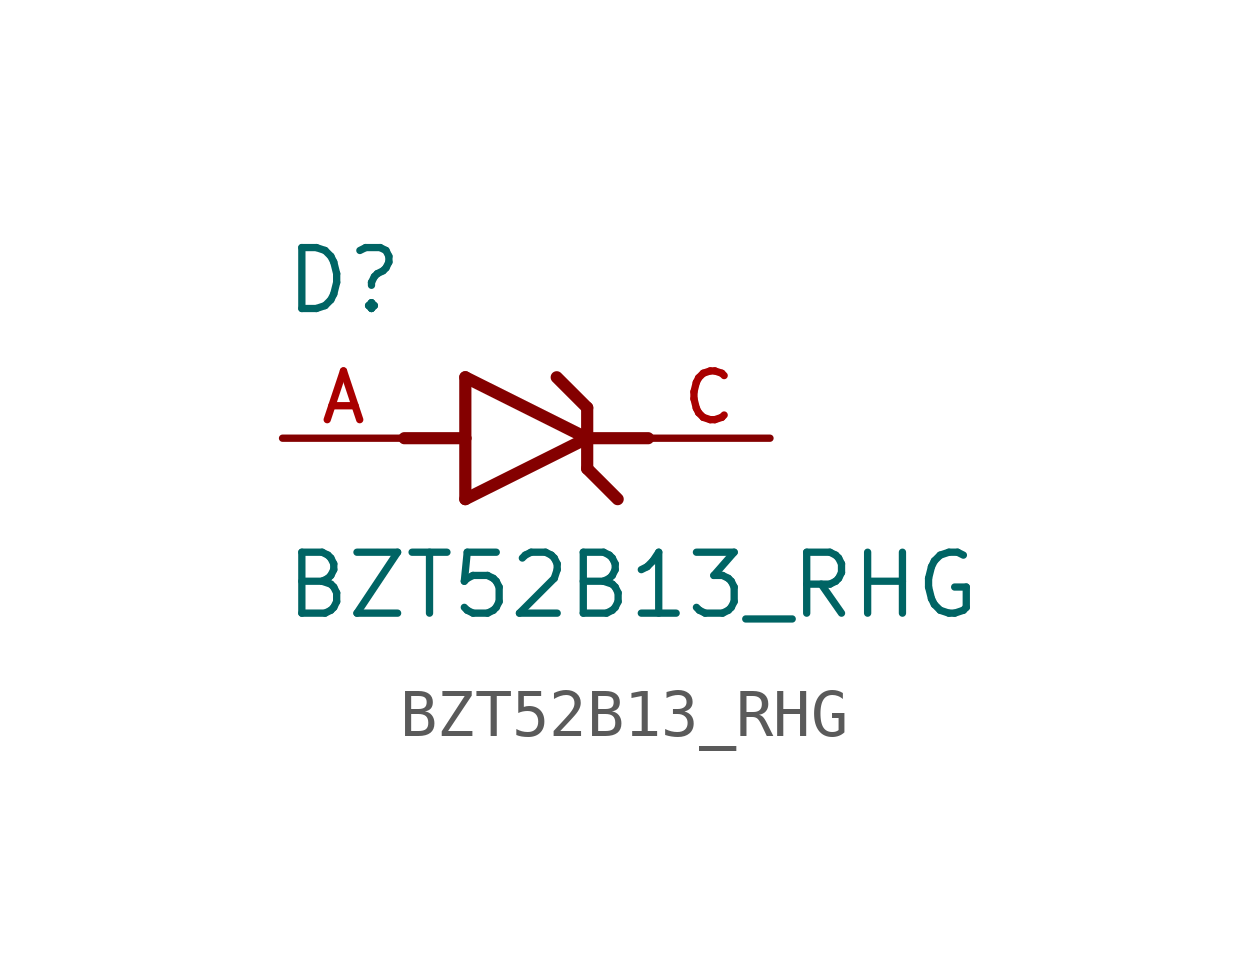
<source format=kicad_sym>
(kicad_symbol_lib
  (version 20211014)
  (generator kicad_symbol_editor)
  (symbol "BZT52B13_RHG"
    (pin_names
      (offset 1.016))
    (property "Reference" "D"
      (at -5.08 2.54 0)
      (effects (font (size 1.27 1.27)) (justify bottom left)))
    (property "Value" "BZT52B13_RHG"
      (at -5.08 -3.81 0)
      (effects (font (size 1.27 1.27)) (justify bottom left)))
    (symbol "BZT52B13_RHG_0_0"
      (polyline (pts (xy -1.27 -1.27) (xy 1.27 0.0)) (stroke (width 0.254)))
      (polyline (pts (xy 1.27 0.0) (xy -1.27 1.27)) (stroke (width 0.254)))
      (polyline (pts (xy 1.27 0.635) (xy 1.27 0.0)) (stroke (width 0.254)))
      (polyline (pts (xy -1.27 1.27) (xy -1.27 0.0)) (stroke (width 0.254)))
      (polyline (pts (xy -1.27 0.0) (xy -1.27 -1.27)) (stroke (width 0.254)))
      (polyline (pts (xy 1.27 0.0) (xy 1.27 -0.635)) (stroke (width 0.254)))
      (polyline (pts (xy -2.54 0.0) (xy -1.27 0.0)) (stroke (width 0.254)))
      (polyline (pts (xy 2.54 0.0) (xy 1.27 0.0)) (stroke (width 0.254)))
      (polyline (pts (xy 0.635 1.27) (xy 1.27 0.635)) (stroke (width 0.254)))
      (polyline (pts (xy 1.27 -0.635) (xy 1.905 -1.27)) (stroke (width 0.254)))
      (pin passive line (at 5.08 0.0 180.0) (length 2.54) (name "~" (effects (font (size 1.016 1.016)))) (number "C" (effects (font (size 1.016 1.016)))))
      (pin passive line (at -5.08 0.0 0) (length 2.54) (name "~" (effects (font (size 1.016 1.016)))) (number "A" (effects (font (size 1.016 1.016))))))))
</source>
